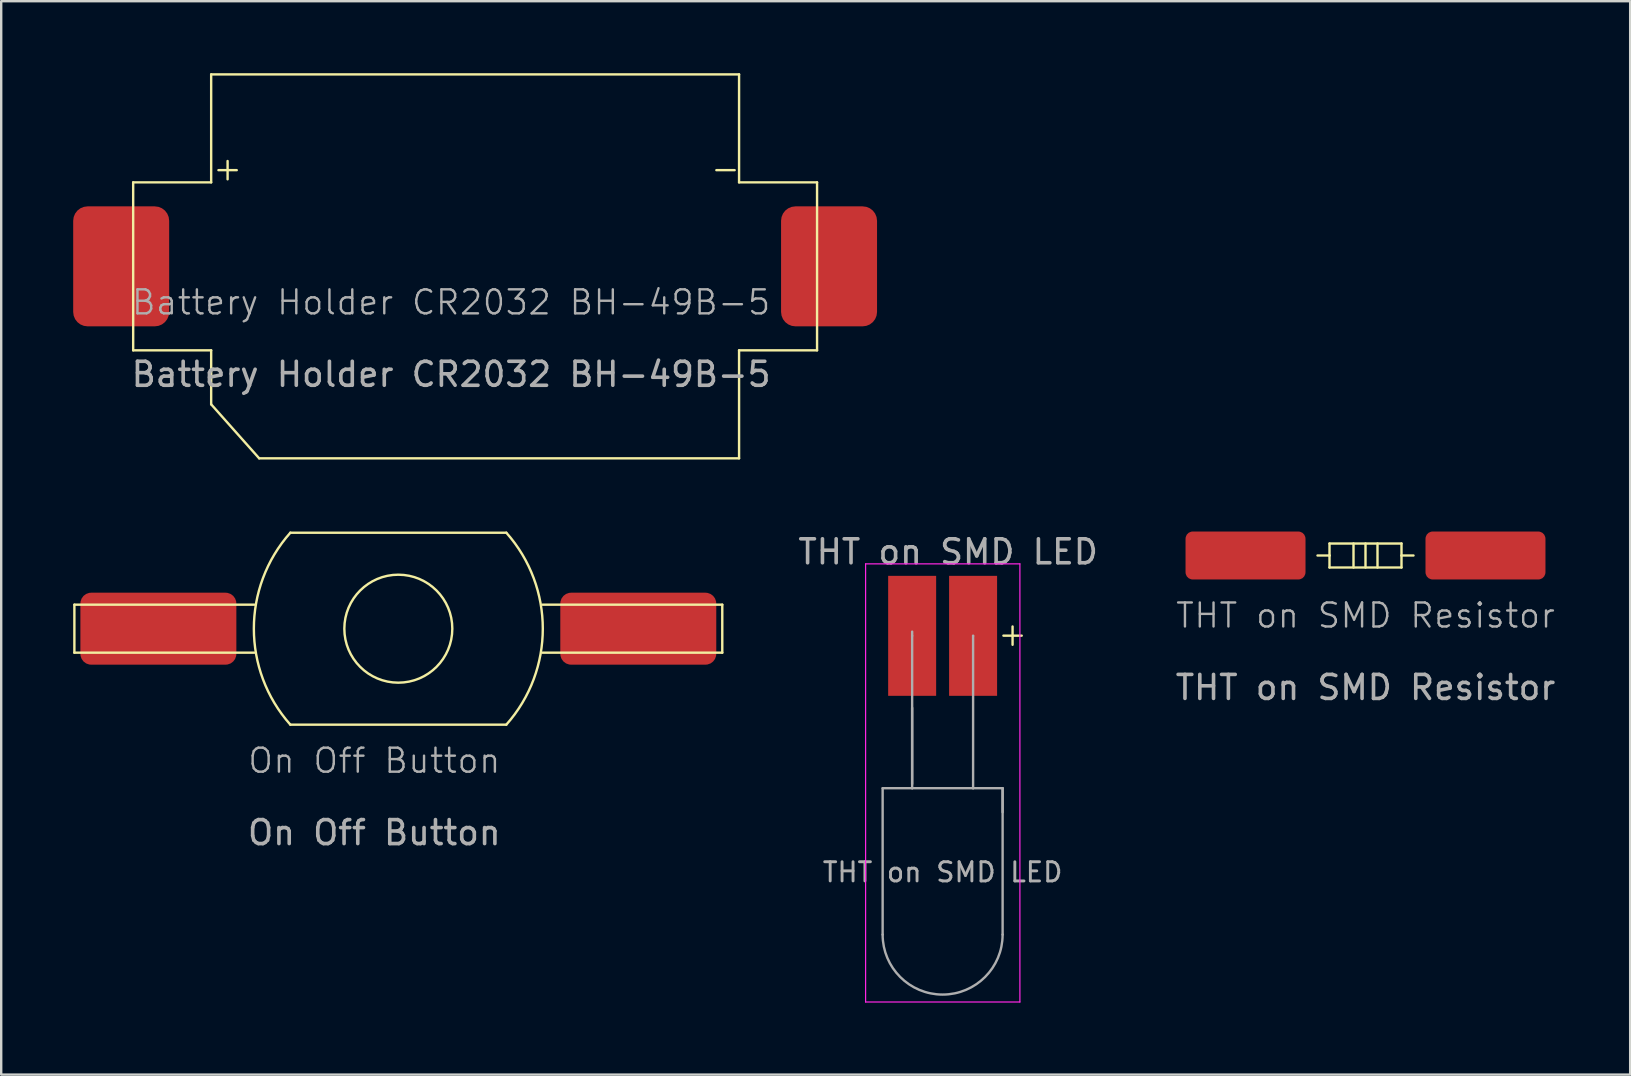
<source format=kicad_pcb>
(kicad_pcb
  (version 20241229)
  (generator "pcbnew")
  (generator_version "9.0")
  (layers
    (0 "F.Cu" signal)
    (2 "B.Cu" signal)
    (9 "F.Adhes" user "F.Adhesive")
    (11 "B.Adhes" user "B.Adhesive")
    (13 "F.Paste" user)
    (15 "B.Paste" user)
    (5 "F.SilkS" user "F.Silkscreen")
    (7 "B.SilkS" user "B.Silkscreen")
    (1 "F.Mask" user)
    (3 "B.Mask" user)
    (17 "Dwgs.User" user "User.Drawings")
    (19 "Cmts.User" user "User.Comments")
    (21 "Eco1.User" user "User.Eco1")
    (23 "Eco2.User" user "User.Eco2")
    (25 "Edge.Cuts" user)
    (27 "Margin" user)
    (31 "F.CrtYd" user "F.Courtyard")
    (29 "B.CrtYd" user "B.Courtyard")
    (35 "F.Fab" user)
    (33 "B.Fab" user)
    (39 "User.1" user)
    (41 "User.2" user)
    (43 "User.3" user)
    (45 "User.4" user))
  (footprint "THT on SMD LED"
    (layer "F.Cu")
    (at 34.963 23.448)
    (property "Reference" "THT on SMD LED" (at 1.5 -3.5 0) (layer "F.Fab") (effects (font (size 1 1) (thickness 0.15))))
    (attr through_hole)
    (fp_line (start -1.94 -3) (end -1.94 15.26) (stroke (width 0.05) (type solid)) (layer "F.CrtYd"))
    (fp_line (start -1.94 15.26) (end 4.49 15.26) (stroke (width 0.05) (type solid)) (layer "F.CrtYd"))
    (fp_line (start 4.49 -3) (end -1.94 -3) (stroke (width 0.05) (type solid)) (layer "F.CrtYd"))
    (fp_line (start 4.49 15.26) (end 4.49 -3) (stroke (width 0.05) (type solid)) (layer "F.CrtYd"))
    (fp_line (start -1.23 6.35) (end -1.23 12.45) (stroke (width 0.1) (type solid)) (layer "F.Fab"))
    (fp_line (start -1.23 6.35) (end 3.77 6.35) (stroke (width 0.1) (type solid)) (layer "F.Fab"))
    (fp_line (start 0 0) (end 0 0) (stroke (width 0.1) (type solid)) (layer "F.Fab"))
    (fp_line (start 0 6.175) (end 0 -0.175) (stroke (width 0.1) (type solid)) (layer "F.Fab"))
    (fp_line (start 0 6.35) (end 0 3) (stroke (width 0.1) (type solid)) (layer "F.Fab"))
    (fp_line (start 0 6.35) (end 0 6.35) (stroke (width 0.1) (type solid)) (layer "F.Fab"))
    (fp_line (start 2.54 0) (end 2.54 0) (stroke (width 0.1) (type solid)) (layer "F.Fab"))
    (fp_line (start 2.54 6.35) (end 2.54 0) (stroke (width 0.1) (type solid)) (layer "F.Fab"))
    (fp_line (start 2.54 6.35) (end 2.54 6.35) (stroke (width 0.1) (type solid)) (layer "F.Fab"))
    (fp_line (start 3.77 6.35) (end 3.77 12.45) (stroke (width 0.1) (type solid)) (layer "F.Fab"))
    (fp_line (start 3.77 7.35) (end 3.77 6.35) (stroke (width 0.1) (type solid)) (layer "F.Fab"))
    (fp_arc (start 3.77 12.45) (mid 1.27 14.95) (end -1.23 12.45) (stroke (width 0.1) (type solid)) (layer "F.Fab"))
    (fp_text user "+" (at 3.5 0.5 0) (unlocked yes) (layer "F.SilkS") (effects (font (size 1 1) (thickness 0.1)) (justify left bottom)))
    (fp_text user "${REFERENCE}" (at 1.27 9.85 0) (layer "F.Fab") (effects (font (size 0.8 0.8) (thickness 0.12))))
    (pad "1" smd rect (at 0 0) (size 2 5) (layers "F.Cu" "F.Mask" "F.Paste"))
    (pad "2" smd rect (at 2.54 0) (size 2 5) (layers "F.Cu" "F.Mask" "F.Paste")))
  (footprint "On Off Button"
    (layer "F.Cu")
    (at 12.55 29.15)
    (property "Reference" "On Off Button" (at 0 -0.5 0) (unlocked yes) (layer "F.Fab") (effects (font (size 1 1) (thickness 0.1))))
    (attr smd)
    (fp_line (start -12.5 -7) (end -5 -7) (stroke (width 0.1) (type default)) (layer "F.SilkS"))
    (fp_line (start -12.5 -5) (end -12.5 -7) (stroke (width 0.1) (type default)) (layer "F.SilkS"))
    (fp_line (start -5 -5) (end -12.5 -5) (stroke (width 0.1) (type default)) (layer "F.SilkS"))
    (fp_line (start -3.5 -10) (end 5.5 -10) (stroke (width 0.1) (type default)) (layer "F.SilkS"))
    (fp_line (start 5.5 -2) (end -3.5 -2) (stroke (width 0.1) (type default)) (layer "F.SilkS"))
    (fp_line (start 7 -7) (end 14.5 -7) (stroke (width 0.1) (type default)) (layer "F.SilkS"))
    (fp_line (start 14.5 -7) (end 14.5 -5) (stroke (width 0.1) (type default)) (layer "F.SilkS"))
    (fp_line (start 14.5 -5) (end 7 -5) (stroke (width 0.1) (type default)) (layer "F.SilkS"))
    (fp_arc (start -3.5 -2) (mid -5.020797 -6) (end -3.5 -10) (stroke (width 0.1) (type default)) (layer "F.SilkS"))
    (fp_arc (start 5.5 -10) (mid 7.020797 -6) (end 5.5 -2) (stroke (width 0.1) (type default)) (layer "F.SilkS"))
    (fp_circle (center 1 -6) (end 3.25 -6) (stroke (width 0.1) (type default)) (fill no) (layer "F.SilkS"))
    (fp_text user "${REFERENCE}" (at 0 2.5 0) (unlocked yes) (layer "F.Fab") (effects (font (size 1 1) (thickness 0.15))))
    (pad "1" smd roundrect (at -9 -6) (size 6.5 3) (layers "F.Cu" "F.Mask" "F.Paste") (roundrect_rratio 0.15))
    (pad "2" smd roundrect (at 11 -6) (size 6.5 3) (layers "F.Cu" "F.Mask" "F.Paste") (roundrect_rratio 0.15)))
  (footprint "THT on SMD Resistor"
    (layer "F.Cu")
    (at 53.856 23.1)
    (property "Reference" "THT on SMD Resistor" (at 0 -0.5 0) (unlocked yes) (layer "F.Fab") (effects (font (size 1 1) (thickness 0.1))))
    (attr smd)
    (fp_line (start -2 -3) (end -1.5 -3) (stroke (width 0.1) (type default)) (layer "F.SilkS"))
    (fp_line (start -1.5 -3.5) (end 1.5 -3.5) (stroke (width 0.1) (type default)) (layer "F.SilkS"))
    (fp_line (start -1.5 -3) (end -1.5 -3.5) (stroke (width 0.1) (type default)) (layer "F.SilkS"))
    (fp_line (start -1.5 -3) (end -1.5 -2.5) (stroke (width 0.1) (type default)) (layer "F.SilkS"))
    (fp_line (start -1.5 -2.5) (end 1.5 -2.5) (stroke (width 0.1) (type default)) (layer "F.SilkS"))
    (fp_line (start -0.5 -3.5) (end -0.5 -2.5) (stroke (width 0.1) (type default)) (layer "F.SilkS"))
    (fp_line (start 0 -3.5) (end 0 -2.5) (stroke (width 0.1) (type default)) (layer "F.SilkS"))
    (fp_line (start 0.5 -3.5) (end 0.5 -2.5) (stroke (width 0.1) (type default)) (layer "F.SilkS"))
    (fp_line (start 1.5 -3.5) (end 1.5 -3) (stroke (width 0.1) (type default)) (layer "F.SilkS"))
    (fp_line (start 1.5 -3) (end 2 -3) (stroke (width 0.1) (type default)) (layer "F.SilkS"))
    (fp_line (start 1.5 -2.5) (end 1.5 -3) (stroke (width 0.1) (type default)) (layer "F.SilkS"))
    (fp_text user "${REFERENCE}" (at 0 2.5 0) (unlocked yes) (layer "F.Fab") (effects (font (size 1 1) (thickness 0.15))))
    (pad "1" smd roundrect (at -5 -3) (size 5 2) (layers "F.Cu" "F.Mask" "F.Paste") (roundrect_rratio 0.15))
    (pad "2" smd roundrect (at 5 -3) (size 5 2) (layers "F.Cu" "F.Mask" "F.Paste") (roundrect_rratio 0.15)))
  (footprint "Battery Holder CR2032 BH-49B-5"
    (layer "F.Cu")
    (at 15.75 10.05)
    (property "Reference" "Battery Holder CR2032 BH-49B-5" (at 0 -0.5 0) (unlocked yes) (layer "F.Fab") (effects (font (size 1 1) (thickness 0.1))))
    (attr through_hole)
    (fp_line (start -13.25 -5.5) (end -10 -5.5) (stroke (width 0.1) (type default)) (layer "F.SilkS"))
    (fp_line (start -13.25 1.5) (end -13.25 -5.5) (stroke (width 0.1) (type default)) (layer "F.SilkS"))
    (fp_line (start -10 -10) (end -10 -5.5) (stroke (width 0.1) (type default)) (layer "F.SilkS"))
    (fp_line (start -10 -10) (end 12 -10) (stroke (width 0.1) (type solid)) (layer "F.SilkS"))
    (fp_line (start -10 1.5) (end -13.25 1.5) (stroke (width 0.1) (type default)) (layer "F.SilkS"))
    (fp_line (start -10 3.75) (end -10 1.5) (stroke (width 0.1) (type default)) (layer "F.SilkS"))
    (fp_line (start -10 3.75) (end -8 6) (stroke (width 0.1) (type default)) (layer "F.SilkS"))
    (fp_line (start 12 -10) (end 12 -5.5) (stroke (width 0.1) (type default)) (layer "F.SilkS"))
    (fp_line (start 12 -5.5) (end 15.25 -5.5) (stroke (width 0.1) (type default)) (layer "F.SilkS"))
    (fp_line (start 12 1.5) (end 12 6) (stroke (width 0.1) (type default)) (layer "F.SilkS"))
    (fp_line (start 12 6) (end -8 6) (stroke (width 0.1) (type default)) (layer "F.SilkS"))
    (fp_line (start 15.25 -5.5) (end 15.25 1.5) (stroke (width 0.1) (type default)) (layer "F.SilkS"))
    (fp_line (start 15.25 1.5) (end 12 1.5) (stroke (width 0.1) (type default)) (layer "F.SilkS"))
    (fp_text user "-" (at 10.75 -5.5 0) (unlocked yes) (layer "F.SilkS") (effects (font (size 1 1) (thickness 0.1)) (justify left bottom)))
    (fp_text user "+" (at -10 -5.5 0) (unlocked yes) (layer "F.SilkS") (effects (font (size 1 1) (thickness 0.1)) (justify left bottom)))
    (fp_text user "${REFERENCE}" (at 0 2.5 0) (unlocked yes) (layer "F.Fab") (effects (font (size 1 1) (thickness 0.15))))
    (pad "1" smd roundrect (at -13.75 -2) (size 4 5) (layers "F.Cu" "F.Mask" "F.Paste") (roundrect_rratio 0.15))
    (pad "2" smd roundrect (at 15.75 -2 180) (size 4 5) (layers "F.Cu" "F.Mask" "F.Paste") (roundrect_rratio 0.15)))
  (gr_rect
    (start -3 -3)
    (end 64.886 41.733)
    (stroke (width 0.1) (type default))
    (fill no)
    (layer "Edge.Cuts")))
</source>
